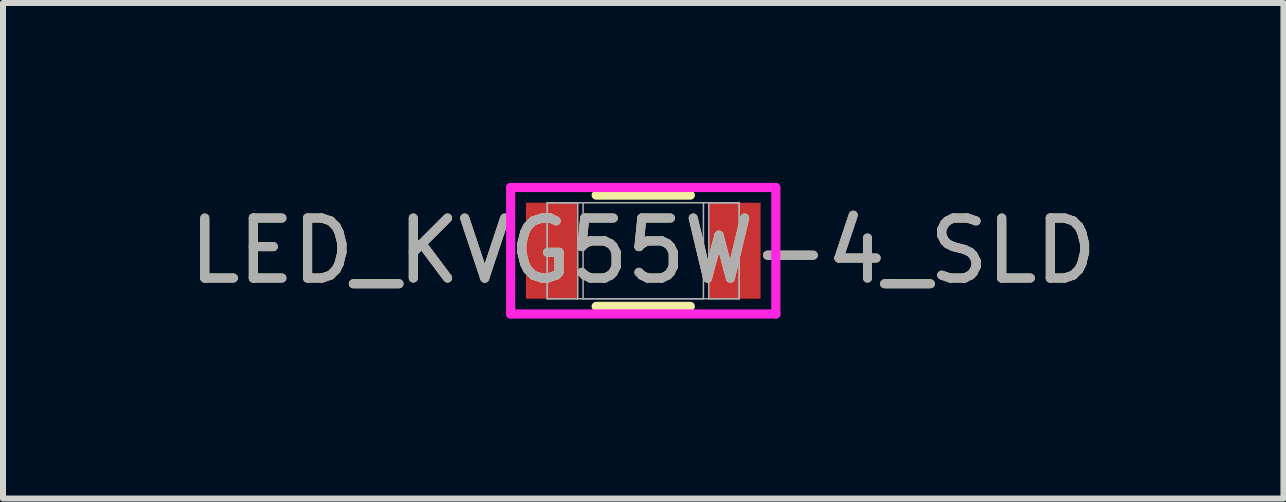
<source format=kicad_pcb>
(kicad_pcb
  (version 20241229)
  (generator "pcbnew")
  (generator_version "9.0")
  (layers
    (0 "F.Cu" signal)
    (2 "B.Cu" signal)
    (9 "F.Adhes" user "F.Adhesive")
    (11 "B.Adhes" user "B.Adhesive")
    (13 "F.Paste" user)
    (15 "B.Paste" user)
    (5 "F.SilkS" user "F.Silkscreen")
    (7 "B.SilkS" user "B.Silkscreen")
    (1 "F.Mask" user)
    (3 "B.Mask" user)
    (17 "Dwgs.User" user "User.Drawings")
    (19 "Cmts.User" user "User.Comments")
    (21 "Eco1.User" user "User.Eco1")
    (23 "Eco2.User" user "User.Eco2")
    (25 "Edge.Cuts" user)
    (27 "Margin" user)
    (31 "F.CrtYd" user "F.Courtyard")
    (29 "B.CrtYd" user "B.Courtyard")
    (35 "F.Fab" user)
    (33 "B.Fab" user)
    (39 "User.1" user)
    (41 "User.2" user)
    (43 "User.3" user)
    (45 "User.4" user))
  (footprint "LED_KVG55W-4_SLD"
    (layer "F.Cu")
    (at 7.673 1.13)
    (property "Reference" "LED_KVG55W-4_SLD" (at 0 0 0) (unlocked yes) (layer "F.SilkS") (effects (font (size 1 1) (thickness 0.15))))
    (attr smd)
    (fp_line (start -0.785 0.927) (end 0.785 0.927) (stroke (width 0.152) (type solid)) (layer "F.SilkS"))
    (fp_line (start 0.785 -0.927) (end -0.785 -0.927) (stroke (width 0.152) (type solid)) (layer "F.SilkS"))
    (fp_line (start -2.21 -1.054) (end 2.21 -1.054) (stroke (width 0.152) (type solid)) (layer "F.CrtYd"))
    (fp_line (start -2.21 1.054) (end -2.21 -1.054) (stroke (width 0.152) (type solid)) (layer "F.CrtYd"))
    (fp_line (start 2.21 -1.054) (end 2.21 1.054) (stroke (width 0.152) (type solid)) (layer "F.CrtYd"))
    (fp_line (start 2.21 1.054) (end -2.21 1.054) (stroke (width 0.152) (type solid)) (layer "F.CrtYd"))
    (fp_line (start -1.6 -0.8) (end -1.6 0.8) (stroke (width 0.025) (type solid)) (layer "F.Fab"))
    (fp_line (start -1.6 -0.8) (end -1.6 0.8) (stroke (width 0.025) (type solid)) (layer "F.Fab"))
    (fp_line (start -1.6 0.8) (end -1.092 0.8) (stroke (width 0.025) (type solid)) (layer "F.Fab"))
    (fp_line (start -1.6 0.8) (end 1.6 0.8) (stroke (width 0.025) (type solid)) (layer "F.Fab"))
    (fp_line (start -1.092 -0.8) (end -1.6 -0.8) (stroke (width 0.025) (type solid)) (layer "F.Fab"))
    (fp_line (start -1.092 0.8) (end -1.092 -0.8) (stroke (width 0.025) (type solid)) (layer "F.Fab"))
    (fp_line (start -1.003 -0.8) (end -1.003 0.8) (stroke (width 0.025) (type solid)) (layer "F.Fab"))
    (fp_line (start -1.003 0.8) (end 1.003 0.8) (stroke (width 0.025) (type solid)) (layer "F.Fab"))
    (fp_line (start 1.003 0.8) (end 1.003 -0.8) (stroke (width 0.025) (type solid)) (layer "F.Fab"))
    (fp_line (start 1.092 -0.8) (end 1.092 0.8) (stroke (width 0.025) (type solid)) (layer "F.Fab"))
    (fp_line (start 1.092 0.8) (end 1.6 0.8) (stroke (width 0.025) (type solid)) (layer "F.Fab"))
    (fp_line (start 1.6 -0.8) (end -1.6 -0.8) (stroke (width 0.025) (type solid)) (layer "F.Fab"))
    (fp_line (start 1.6 -0.8) (end 1.092 -0.8) (stroke (width 0.025) (type solid)) (layer "F.Fab"))
    (fp_line (start 1.6 0.8) (end 1.6 -0.8) (stroke (width 0.025) (type solid)) (layer "F.Fab"))
    (fp_line (start 1.6 0.8) (end 1.6 -0.8) (stroke (width 0.025) (type solid)) (layer "F.Fab"))
    (fp_circle (center -1.397 0) (end -1.397 0) (stroke (width 0.025) (type solid)) (fill no) (layer "F.Fab"))
    (fp_text user "${REFERENCE}" (at 0 0 0) (unlocked yes) (layer "F.Fab") (effects (font (size 1 1) (thickness 0.15))))
    (pad "1" smd rect (at -1.524 0) (size 0.864 1.6) (layers "F.Cu" "F.Mask" "F.Paste"))
    (pad "2" smd rect (at 1.524 0) (size 0.864 1.6) (layers "F.Cu" "F.Mask" "F.Paste"))
    (zone (net_name "") (layer "F.Cu") (hatch full 0.508) (connect_pads) (min_thickness 0.254) (filled_areas_thickness no) (keepout (tracks not_allowed) (vias not_allowed) (pads allowed) (copperpour not_allowed) (footprints allowed)) (placement (enabled no)) (fill) (polygon (pts (xy 6.631 0.381) (xy 8.714 0.381) (xy 8.714 1.88) (xy 6.631 1.88)))))
  (gr_rect
    (start -3 -3)
    (end 18.345 5.261)
    (stroke (width 0.1) (type default))
    (fill no)
    (layer "Edge.Cuts")))
</source>
